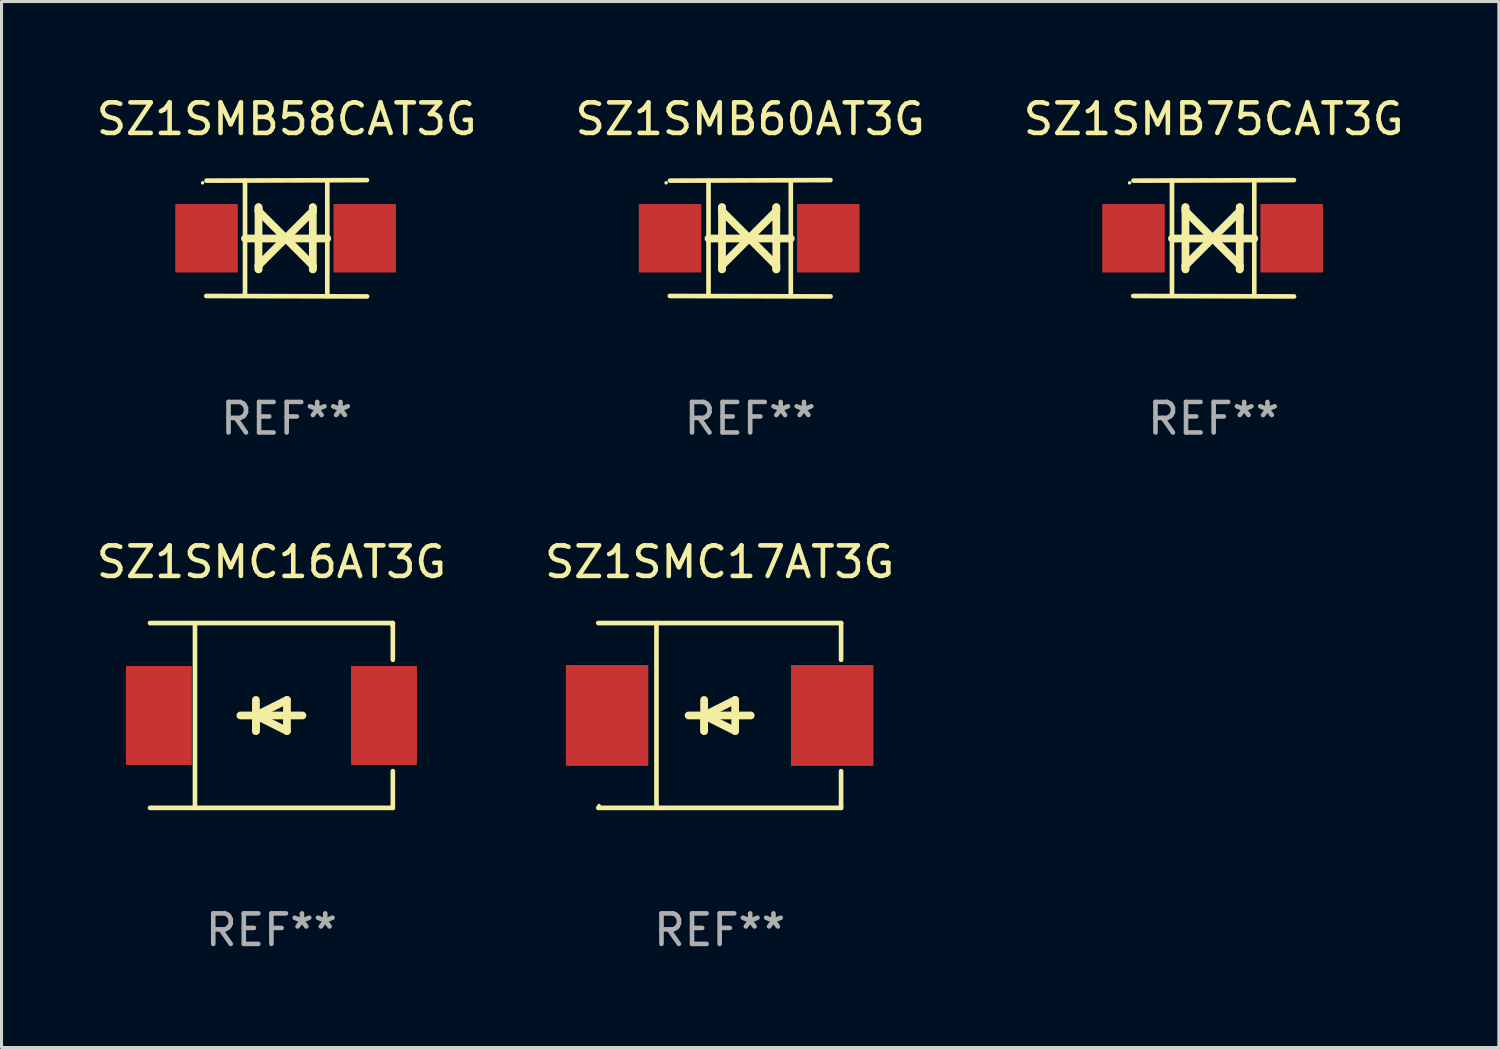
<source format=kicad_pcb>
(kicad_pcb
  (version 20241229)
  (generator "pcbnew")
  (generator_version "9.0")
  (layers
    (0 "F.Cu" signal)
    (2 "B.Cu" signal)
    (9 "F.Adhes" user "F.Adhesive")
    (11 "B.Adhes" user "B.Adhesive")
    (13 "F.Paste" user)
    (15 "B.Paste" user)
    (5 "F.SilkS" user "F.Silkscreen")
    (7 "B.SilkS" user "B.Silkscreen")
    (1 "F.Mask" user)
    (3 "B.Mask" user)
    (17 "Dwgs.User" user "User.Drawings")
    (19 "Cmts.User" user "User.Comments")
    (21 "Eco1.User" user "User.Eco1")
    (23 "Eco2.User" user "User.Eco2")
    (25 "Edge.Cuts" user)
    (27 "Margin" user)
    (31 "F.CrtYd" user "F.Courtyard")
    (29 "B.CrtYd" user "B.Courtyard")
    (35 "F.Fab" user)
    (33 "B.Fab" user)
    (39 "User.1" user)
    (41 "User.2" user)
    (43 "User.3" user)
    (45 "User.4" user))
  (footprint "SZ1SMB58CAT3G"
    (layer "F.Cu")
    (at 6.339 4.753)
    (property "Reference" "SZ1SMB58CAT3G" (at 0 -3.905 0) (layer "F.SilkS") (effects (font (size 1 1) (thickness 0.15))))
    (attr through_hole)
    (fp_line (start -1.365 1.886) (end -1.365 -1.886) (stroke (width 0.152) (type solid)) (layer "F.SilkS"))
    (fp_line (start -1.365 0.008) (end 1.33 0.008) (stroke (width 0.254) (type solid)) (layer "F.SilkS"))
    (fp_line (start -0.923 -1.016) (end -0.923 1.016) (stroke (width 0.254) (type solid)) (layer "F.SilkS"))
    (fp_line (start -0.923 -0.889) (end -0.923 -1.016) (stroke (width 0.254) (type solid)) (layer "F.SilkS"))
    (fp_line (start -0.923 0.889) (end -0.034 0) (stroke (width 0.254) (type solid)) (layer "F.SilkS"))
    (fp_line (start -0.923 1.016) (end -0.923 0.889) (stroke (width 0.254) (type solid)) (layer "F.SilkS"))
    (fp_line (start -0.034 0) (end -0.923 -0.889) (stroke (width 0.254) (type solid)) (layer "F.SilkS"))
    (fp_line (start -0.034 0) (end 0.855 0.889) (stroke (width 0.254) (type solid)) (layer "F.SilkS"))
    (fp_line (start 0.855 -1.016) (end 0.855 -0.889) (stroke (width 0.254) (type solid)) (layer "F.SilkS"))
    (fp_line (start 0.855 -0.889) (end -0.034 0) (stroke (width 0.254) (type solid)) (layer "F.SilkS"))
    (fp_line (start 0.855 0.889) (end 0.855 1.016) (stroke (width 0.254) (type solid)) (layer "F.SilkS"))
    (fp_line (start 0.855 1.016) (end 0.855 -1.016) (stroke (width 0.254) (type solid)) (layer "F.SilkS"))
    (fp_line (start 1.33 1.886) (end 1.33 -1.886) (stroke (width 0.152) (type solid)) (layer "F.SilkS"))
    (fp_line (start 2.629 -1.905) (end -2.625 -1.887) (stroke (width 0.152) (type solid)) (layer "F.SilkS"))
    (fp_line (start 2.633 1.905) (end -2.633 1.89) (stroke (width 0.152) (type solid)) (layer "F.SilkS"))
    (fp_circle (center -2.753 -1.816) (end -2.723 -1.816) (stroke (width 0.06) (type solid)) (fill no) (layer "F.SilkS"))
    (fp_text user "REF**" (at 0 5.905 0) (layer "F.Fab") (effects (font (size 1 1) (thickness 0.15))))
    (pad "1" smd rect (at -2.625 0) (size 2.047 2.241) (layers "F.Cu" "F.Mask" "F.Paste"))
    (pad "2" smd rect (at 2.557 0) (size 2.047 2.241) (layers "F.Cu" "F.Mask" "F.Paste")))
  (footprint "SZ1SMB60AT3G"
    (layer "F.Cu")
    (at 21.518 4.753)
    (property "Reference" "SZ1SMB60AT3G" (at 0 -3.905 0) (layer "F.SilkS") (effects (font (size 1 1) (thickness 0.15))))
    (attr through_hole)
    (fp_line (start -1.365 1.886) (end -1.365 -1.886) (stroke (width 0.152) (type solid)) (layer "F.SilkS"))
    (fp_line (start -1.365 0.008) (end 1.33 0.008) (stroke (width 0.254) (type solid)) (layer "F.SilkS"))
    (fp_line (start -0.923 -1.016) (end -0.923 1.016) (stroke (width 0.254) (type solid)) (layer "F.SilkS"))
    (fp_line (start -0.923 -0.889) (end -0.923 -1.016) (stroke (width 0.254) (type solid)) (layer "F.SilkS"))
    (fp_line (start -0.923 0.889) (end -0.034 0) (stroke (width 0.254) (type solid)) (layer "F.SilkS"))
    (fp_line (start -0.923 1.016) (end -0.923 0.889) (stroke (width 0.254) (type solid)) (layer "F.SilkS"))
    (fp_line (start -0.034 0) (end -0.923 -0.889) (stroke (width 0.254) (type solid)) (layer "F.SilkS"))
    (fp_line (start -0.034 0) (end 0.855 0.889) (stroke (width 0.254) (type solid)) (layer "F.SilkS"))
    (fp_line (start 0.855 -1.016) (end 0.855 -0.889) (stroke (width 0.254) (type solid)) (layer "F.SilkS"))
    (fp_line (start 0.855 -0.889) (end -0.034 0) (stroke (width 0.254) (type solid)) (layer "F.SilkS"))
    (fp_line (start 0.855 0.889) (end 0.855 1.016) (stroke (width 0.254) (type solid)) (layer "F.SilkS"))
    (fp_line (start 0.855 1.016) (end 0.855 -1.016) (stroke (width 0.254) (type solid)) (layer "F.SilkS"))
    (fp_line (start 1.33 1.886) (end 1.33 -1.886) (stroke (width 0.152) (type solid)) (layer "F.SilkS"))
    (fp_line (start 2.629 -1.905) (end -2.625 -1.887) (stroke (width 0.152) (type solid)) (layer "F.SilkS"))
    (fp_line (start 2.633 1.905) (end -2.633 1.89) (stroke (width 0.152) (type solid)) (layer "F.SilkS"))
    (fp_circle (center -2.753 -1.816) (end -2.723 -1.816) (stroke (width 0.06) (type solid)) (fill no) (layer "F.SilkS"))
    (fp_text user "REF**" (at 0 5.905 0) (layer "F.Fab") (effects (font (size 1 1) (thickness 0.15))))
    (pad "1" smd rect (at -2.625 0) (size 2.047 2.241) (layers "F.Cu" "F.Mask" "F.Paste"))
    (pad "2" smd rect (at 2.557 0) (size 2.047 2.241) (layers "F.Cu" "F.Mask" "F.Paste")))
  (footprint "SZ1SMC16AT3G"
    (layer "F.Cu")
    (at 5.839 20.381)
    (property "Reference" "SZ1SMC16AT3G" (at 0 -5.026 0) (layer "F.SilkS") (effects (font (size 1 1) (thickness 0.15))))
    (attr through_hole)
    (fp_line (start -3.976 -3.026) (end 3.976 -3.026) (stroke (width 0.152) (type solid)) (layer "F.SilkS"))
    (fp_line (start -3.976 3.026) (end 3.976 3.026) (stroke (width 0.152) (type solid)) (layer "F.SilkS"))
    (fp_line (start -2.504 -3.026) (end -2.504 3.026) (stroke (width 0.152) (type solid)) (layer "F.SilkS"))
    (fp_line (start -0.508 0) (end -0.508 0.508) (stroke (width 0.254) (type solid)) (layer "F.SilkS"))
    (fp_line (start -0.508 0) (end 0.508 0.508) (stroke (width 0.254) (type solid)) (layer "F.SilkS"))
    (fp_line (start -0.508 0.508) (end -0.508 -0.508) (stroke (width 0.254) (type solid)) (layer "F.SilkS"))
    (fp_line (start 0.508 -0.508) (end -0.508 0) (stroke (width 0.254) (type solid)) (layer "F.SilkS"))
    (fp_line (start 0.508 0.508) (end 0.508 -0.508) (stroke (width 0.254) (type solid)) (layer "F.SilkS"))
    (fp_line (start 1.016 0) (end -1.016 0) (stroke (width 0.254) (type solid)) (layer "F.SilkS"))
    (fp_line (start 3.976 -3.026) (end 3.976 -1.823) (stroke (width 0.152) (type solid)) (layer "F.SilkS"))
    (fp_line (start 3.976 3.026) (end 3.976 1.823) (stroke (width 0.152) (type solid)) (layer "F.SilkS"))
    (fp_circle (center 3.95 -2.95) (end 3.98 -2.95) (stroke (width 0.06) (type solid)) (fill no) (layer "F.SilkS"))
    (fp_text user "REF**" (at 0 7.026 0) (layer "F.Fab") (effects (font (size 1 1) (thickness 0.15))))
    (pad "1" smd rect (at 3.686 0 180) (size 2.158 3.24) (layers "F.Cu" "F.Mask" "F.Paste"))
    (pad "2" smd rect (at -3.686 0 180) (size 2.158 3.24) (layers "F.Cu" "F.Mask" "F.Paste")))
  (footprint "SZ1SMC17AT3G"
    (layer "F.Cu")
    (at 20.518 20.381)
    (property "Reference" "SZ1SMC17AT3G" (at 0 -5.026 0) (layer "F.SilkS") (effects (font (size 1 1) (thickness 0.15))))
    (attr through_hole)
    (fp_line (start -3.976 -3.026) (end 3.976 -3.026) (stroke (width 0.152) (type solid)) (layer "F.SilkS"))
    (fp_line (start -3.976 3.026) (end 3.976 3.026) (stroke (width 0.152) (type solid)) (layer "F.SilkS"))
    (fp_line (start -2.069 -3.026) (end -2.069 3.026) (stroke (width 0.152) (type solid)) (layer "F.SilkS"))
    (fp_line (start -0.508 0) (end -0.508 0.508) (stroke (width 0.254) (type solid)) (layer "F.SilkS"))
    (fp_line (start -0.508 0) (end 0.508 0.508) (stroke (width 0.254) (type solid)) (layer "F.SilkS"))
    (fp_line (start -0.508 0.508) (end -0.508 -0.508) (stroke (width 0.254) (type solid)) (layer "F.SilkS"))
    (fp_line (start 0.508 -0.508) (end -0.508 0) (stroke (width 0.254) (type solid)) (layer "F.SilkS"))
    (fp_line (start 0.508 0.508) (end 0.508 -0.508) (stroke (width 0.254) (type solid)) (layer "F.SilkS"))
    (fp_line (start 1.016 0) (end -1.016 0) (stroke (width 0.254) (type solid)) (layer "F.SilkS"))
    (fp_line (start 3.976 -3.026) (end 3.976 -1.823) (stroke (width 0.152) (type solid)) (layer "F.SilkS"))
    (fp_line (start 3.976 3.026) (end 3.976 1.823) (stroke (width 0.152) (type solid)) (layer "F.SilkS"))
    (fp_circle (center -3.95 2.95) (end -3.92 2.95) (stroke (width 0.06) (type solid)) (fill no) (layer "F.SilkS"))
    (fp_text user "REF**" (at 0 7.026 0) (layer "F.Fab") (effects (font (size 1 1) (thickness 0.15))))
    (pad "1" smd rect (at -3.686 0) (size 2.7 3.3) (layers "F.Cu" "F.Mask" "F.Paste"))
    (pad "2" smd rect (at 3.686 0) (size 2.7 3.3) (layers "F.Cu" "F.Mask" "F.Paste")))
  (footprint "SZ1SMB75CAT3G"
    (layer "F.Cu")
    (at 36.696 4.753)
    (property "Reference" "SZ1SMB75CAT3G" (at 0 -3.905 0) (layer "F.SilkS") (effects (font (size 1 1) (thickness 0.15))))
    (attr through_hole)
    (fp_line (start -1.365 1.886) (end -1.365 -1.886) (stroke (width 0.152) (type solid)) (layer "F.SilkS"))
    (fp_line (start -1.365 0.008) (end 1.33 0.008) (stroke (width 0.254) (type solid)) (layer "F.SilkS"))
    (fp_line (start -0.923 -1.016) (end -0.923 1.016) (stroke (width 0.254) (type solid)) (layer "F.SilkS"))
    (fp_line (start -0.923 -0.889) (end -0.923 -1.016) (stroke (width 0.254) (type solid)) (layer "F.SilkS"))
    (fp_line (start -0.923 0.889) (end -0.034 0) (stroke (width 0.254) (type solid)) (layer "F.SilkS"))
    (fp_line (start -0.923 1.016) (end -0.923 0.889) (stroke (width 0.254) (type solid)) (layer "F.SilkS"))
    (fp_line (start -0.034 0) (end -0.923 -0.889) (stroke (width 0.254) (type solid)) (layer "F.SilkS"))
    (fp_line (start -0.034 0) (end 0.855 0.889) (stroke (width 0.254) (type solid)) (layer "F.SilkS"))
    (fp_line (start 0.855 -1.016) (end 0.855 -0.889) (stroke (width 0.254) (type solid)) (layer "F.SilkS"))
    (fp_line (start 0.855 -0.889) (end -0.034 0) (stroke (width 0.254) (type solid)) (layer "F.SilkS"))
    (fp_line (start 0.855 0.889) (end 0.855 1.016) (stroke (width 0.254) (type solid)) (layer "F.SilkS"))
    (fp_line (start 0.855 1.016) (end 0.855 -1.016) (stroke (width 0.254) (type solid)) (layer "F.SilkS"))
    (fp_line (start 1.33 1.886) (end 1.33 -1.886) (stroke (width 0.152) (type solid)) (layer "F.SilkS"))
    (fp_line (start 2.629 -1.905) (end -2.625 -1.887) (stroke (width 0.152) (type solid)) (layer "F.SilkS"))
    (fp_line (start 2.633 1.905) (end -2.633 1.89) (stroke (width 0.152) (type solid)) (layer "F.SilkS"))
    (fp_circle (center -2.753 -1.816) (end -2.723 -1.816) (stroke (width 0.06) (type solid)) (fill no) (layer "F.SilkS"))
    (fp_text user "REF**" (at 0 5.905 0) (layer "F.Fab") (effects (font (size 1 1) (thickness 0.15))))
    (pad "1" smd rect (at -2.625 0) (size 2.047 2.241) (layers "F.Cu" "F.Mask" "F.Paste"))
    (pad "2" smd rect (at 2.557 0) (size 2.047 2.241) (layers "F.Cu" "F.Mask" "F.Paste")))
  (gr_rect
    (start -3 -3)
    (end 46.036 31.255)
    (stroke (width 0.1) (type default))
    (fill no)
    (layer "Edge.Cuts")))
</source>
